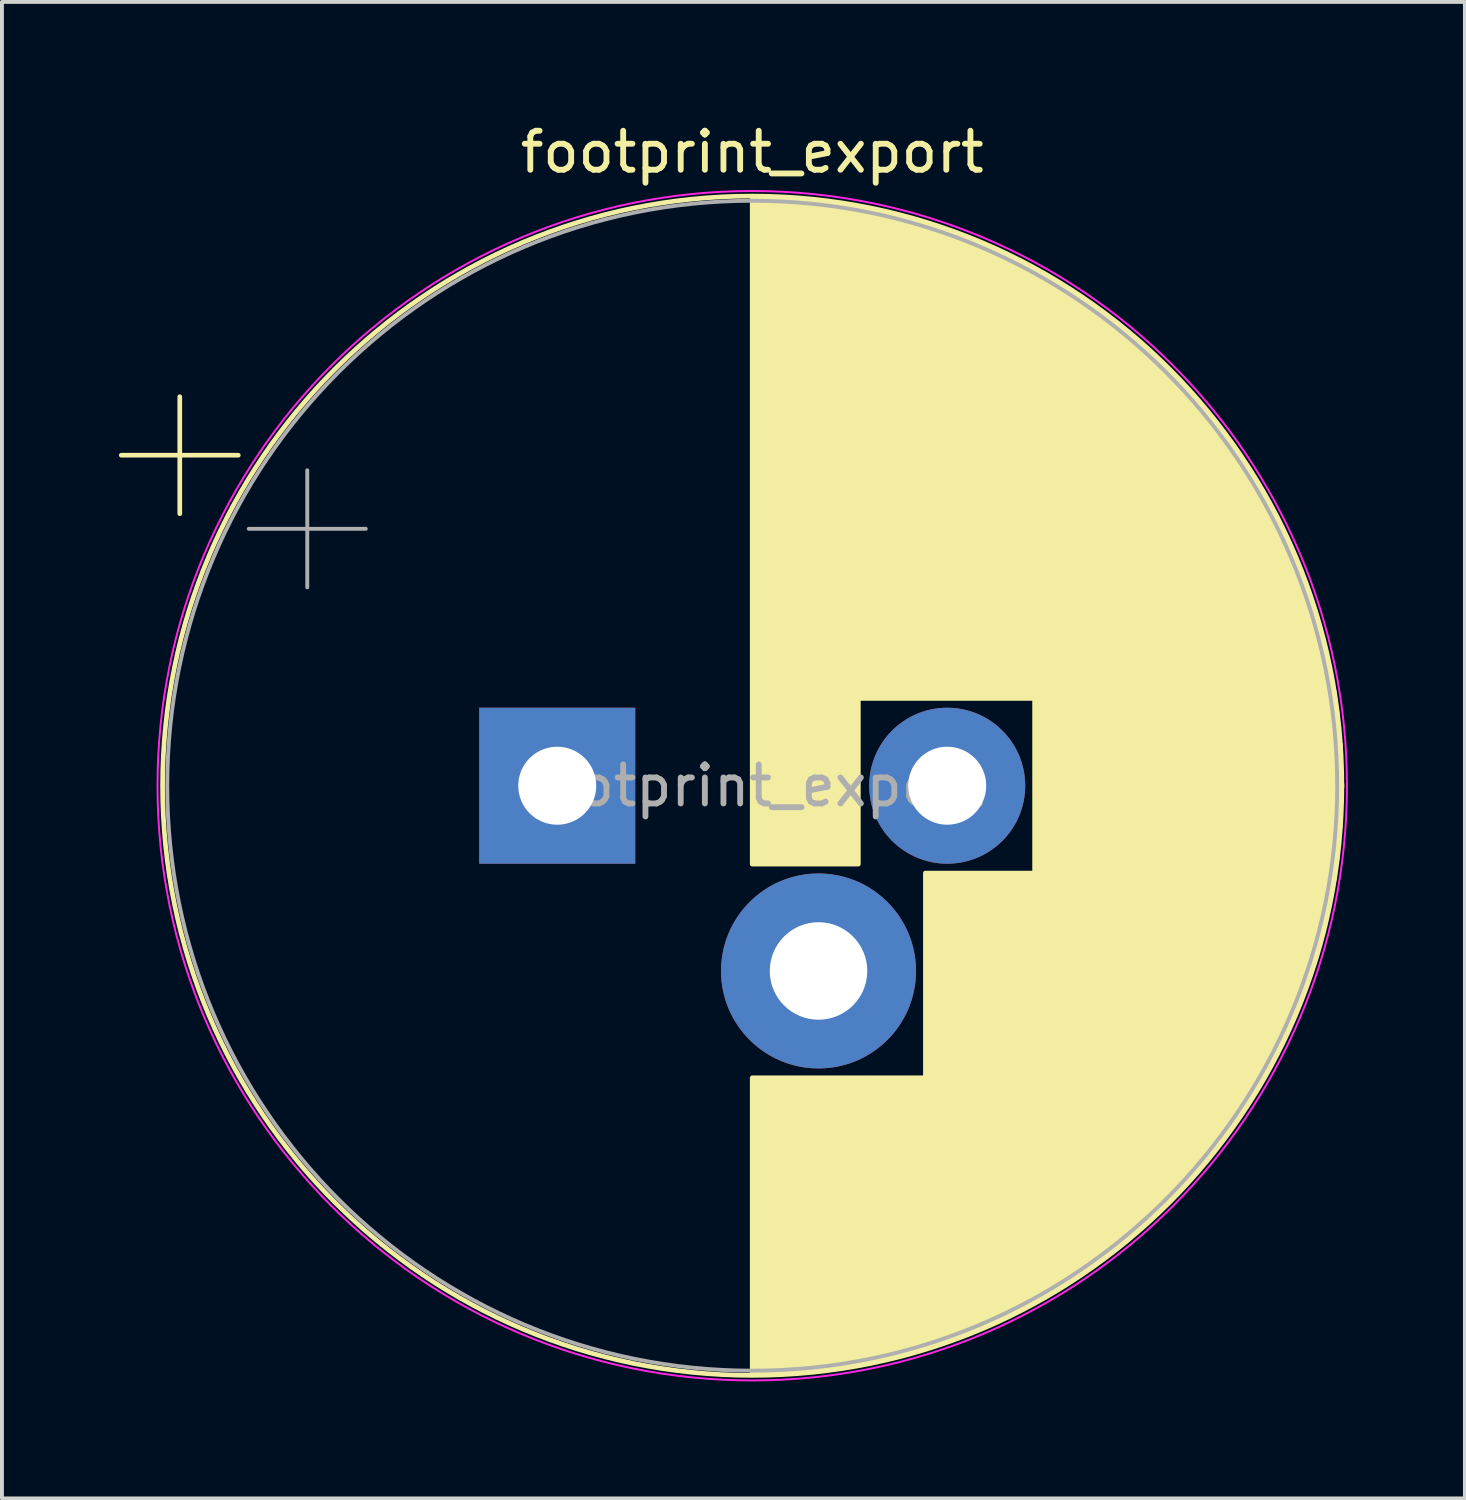
<source format=kicad_pcb>
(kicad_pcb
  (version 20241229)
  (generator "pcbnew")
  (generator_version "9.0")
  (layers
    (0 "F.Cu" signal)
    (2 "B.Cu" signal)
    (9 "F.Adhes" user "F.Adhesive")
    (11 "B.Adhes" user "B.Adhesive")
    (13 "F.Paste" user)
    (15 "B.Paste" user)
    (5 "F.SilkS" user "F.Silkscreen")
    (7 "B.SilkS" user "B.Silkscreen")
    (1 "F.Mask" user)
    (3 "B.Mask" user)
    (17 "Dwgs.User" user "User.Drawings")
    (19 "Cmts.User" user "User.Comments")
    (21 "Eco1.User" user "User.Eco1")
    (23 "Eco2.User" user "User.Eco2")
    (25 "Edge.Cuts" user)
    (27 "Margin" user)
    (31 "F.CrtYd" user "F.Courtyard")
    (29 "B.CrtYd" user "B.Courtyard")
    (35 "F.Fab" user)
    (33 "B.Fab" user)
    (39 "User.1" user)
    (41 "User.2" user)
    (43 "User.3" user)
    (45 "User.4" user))
  (footprint "footprint_export"
    (layer "F.Cu")
    (at 11.239 17.098)
    (property "Reference" "footprint_export" (at 5 -16.25 0) (layer "F.SilkS") (effects (font (size 1 1) (thickness 0.15))))
    (attr through_hole)
    (fp_line (start -11.179 -8.475) (end -8.179 -8.475) (stroke (width 0.12) (type solid)) (layer "F.SilkS"))
    (fp_line (start -9.679 -9.975) (end -9.679 -6.975) (stroke (width 0.12) (type solid)) (layer "F.SilkS"))
    (fp_line (start 5 -15.081) (end 5 2.01) (stroke (width 0.12) (type solid)) (layer "F.SilkS"))
    (fp_line (start 5 7.49) (end 5 15.081) (stroke (width 0.12) (type solid)) (layer "F.SilkS"))
    (fp_line (start 5.04 -15.08) (end 5.04 2.01) (stroke (width 0.12) (type solid)) (layer "F.SilkS"))
    (fp_line (start 5.04 7.49) (end 5.04 15.08) (stroke (width 0.12) (type solid)) (layer "F.SilkS"))
    (fp_line (start 5.08 -15.08) (end 5.08 2.01) (stroke (width 0.12) (type solid)) (layer "F.SilkS"))
    (fp_line (start 5.08 7.49) (end 5.08 15.08) (stroke (width 0.12) (type solid)) (layer "F.SilkS"))
    (fp_line (start 5.12 -15.08) (end 5.12 2.01) (stroke (width 0.12) (type solid)) (layer "F.SilkS"))
    (fp_line (start 5.12 7.49) (end 5.12 15.08) (stroke (width 0.12) (type solid)) (layer "F.SilkS"))
    (fp_line (start 5.16 -15.08) (end 5.16 2.01) (stroke (width 0.12) (type solid)) (layer "F.SilkS"))
    (fp_line (start 5.16 7.49) (end 5.16 15.08) (stroke (width 0.12) (type solid)) (layer "F.SilkS"))
    (fp_line (start 5.2 -15.079) (end 5.2 2.01) (stroke (width 0.12) (type solid)) (layer "F.SilkS"))
    (fp_line (start 5.2 7.49) (end 5.2 15.079) (stroke (width 0.12) (type solid)) (layer "F.SilkS"))
    (fp_line (start 5.24 -15.079) (end 5.24 2.01) (stroke (width 0.12) (type solid)) (layer "F.SilkS"))
    (fp_line (start 5.24 7.49) (end 5.24 15.079) (stroke (width 0.12) (type solid)) (layer "F.SilkS"))
    (fp_line (start 5.28 -15.078) (end 5.28 2.01) (stroke (width 0.12) (type solid)) (layer "F.SilkS"))
    (fp_line (start 5.28 7.49) (end 5.28 15.078) (stroke (width 0.12) (type solid)) (layer "F.SilkS"))
    (fp_line (start 5.32 -15.077) (end 5.32 2.01) (stroke (width 0.12) (type solid)) (layer "F.SilkS"))
    (fp_line (start 5.32 7.49) (end 5.32 15.077) (stroke (width 0.12) (type solid)) (layer "F.SilkS"))
    (fp_line (start 5.36 -15.076) (end 5.36 2.01) (stroke (width 0.12) (type solid)) (layer "F.SilkS"))
    (fp_line (start 5.36 7.49) (end 5.36 15.076) (stroke (width 0.12) (type solid)) (layer "F.SilkS"))
    (fp_line (start 5.4 -15.075) (end 5.4 2.01) (stroke (width 0.12) (type solid)) (layer "F.SilkS"))
    (fp_line (start 5.4 7.49) (end 5.4 15.075) (stroke (width 0.12) (type solid)) (layer "F.SilkS"))
    (fp_line (start 5.44 -15.074) (end 5.44 2.01) (stroke (width 0.12) (type solid)) (layer "F.SilkS"))
    (fp_line (start 5.44 7.49) (end 5.44 15.074) (stroke (width 0.12) (type solid)) (layer "F.SilkS"))
    (fp_line (start 5.48 -15.073) (end 5.48 2.01) (stroke (width 0.12) (type solid)) (layer "F.SilkS"))
    (fp_line (start 5.48 7.49) (end 5.48 15.073) (stroke (width 0.12) (type solid)) (layer "F.SilkS"))
    (fp_line (start 5.52 -15.072) (end 5.52 2.01) (stroke (width 0.12) (type solid)) (layer "F.SilkS"))
    (fp_line (start 5.52 7.49) (end 5.52 15.072) (stroke (width 0.12) (type solid)) (layer "F.SilkS"))
    (fp_line (start 5.56 -15.07) (end 5.56 2.01) (stroke (width 0.12) (type solid)) (layer "F.SilkS"))
    (fp_line (start 5.56 7.49) (end 5.56 15.07) (stroke (width 0.12) (type solid)) (layer "F.SilkS"))
    (fp_line (start 5.6 -15.069) (end 5.6 2.01) (stroke (width 0.12) (type solid)) (layer "F.SilkS"))
    (fp_line (start 5.6 7.49) (end 5.6 15.069) (stroke (width 0.12) (type solid)) (layer "F.SilkS"))
    (fp_line (start 5.64 -15.067) (end 5.64 2.01) (stroke (width 0.12) (type solid)) (layer "F.SilkS"))
    (fp_line (start 5.64 7.49) (end 5.64 15.067) (stroke (width 0.12) (type solid)) (layer "F.SilkS"))
    (fp_line (start 5.68 -15.065) (end 5.68 2.01) (stroke (width 0.12) (type solid)) (layer "F.SilkS"))
    (fp_line (start 5.68 7.49) (end 5.68 15.065) (stroke (width 0.12) (type solid)) (layer "F.SilkS"))
    (fp_line (start 5.721 -15.063) (end 5.721 2.01) (stroke (width 0.12) (type solid)) (layer "F.SilkS"))
    (fp_line (start 5.721 7.49) (end 5.721 15.063) (stroke (width 0.12) (type solid)) (layer "F.SilkS"))
    (fp_line (start 5.761 -15.061) (end 5.761 2.01) (stroke (width 0.12) (type solid)) (layer "F.SilkS"))
    (fp_line (start 5.761 7.49) (end 5.761 15.061) (stroke (width 0.12) (type solid)) (layer "F.SilkS"))
    (fp_line (start 5.801 -15.059) (end 5.801 2.01) (stroke (width 0.12) (type solid)) (layer "F.SilkS"))
    (fp_line (start 5.801 7.49) (end 5.801 15.059) (stroke (width 0.12) (type solid)) (layer "F.SilkS"))
    (fp_line (start 5.841 -15.057) (end 5.841 2.01) (stroke (width 0.12) (type solid)) (layer "F.SilkS"))
    (fp_line (start 5.841 7.49) (end 5.841 15.057) (stroke (width 0.12) (type solid)) (layer "F.SilkS"))
    (fp_line (start 5.881 -15.055) (end 5.881 2.01) (stroke (width 0.12) (type solid)) (layer "F.SilkS"))
    (fp_line (start 5.881 7.49) (end 5.881 15.055) (stroke (width 0.12) (type solid)) (layer "F.SilkS"))
    (fp_line (start 5.921 -15.052) (end 5.921 2.01) (stroke (width 0.12) (type solid)) (layer "F.SilkS"))
    (fp_line (start 5.921 7.49) (end 5.921 15.052) (stroke (width 0.12) (type solid)) (layer "F.SilkS"))
    (fp_line (start 5.961 -15.05) (end 5.961 2.01) (stroke (width 0.12) (type solid)) (layer "F.SilkS"))
    (fp_line (start 5.961 7.49) (end 5.961 15.05) (stroke (width 0.12) (type solid)) (layer "F.SilkS"))
    (fp_line (start 6.001 -15.047) (end 6.001 2.01) (stroke (width 0.12) (type solid)) (layer "F.SilkS"))
    (fp_line (start 6.001 7.49) (end 6.001 15.047) (stroke (width 0.12) (type solid)) (layer "F.SilkS"))
    (fp_line (start 6.041 -15.045) (end 6.041 2.01) (stroke (width 0.12) (type solid)) (layer "F.SilkS"))
    (fp_line (start 6.041 7.49) (end 6.041 15.045) (stroke (width 0.12) (type solid)) (layer "F.SilkS"))
    (fp_line (start 6.081 -15.042) (end 6.081 2.01) (stroke (width 0.12) (type solid)) (layer "F.SilkS"))
    (fp_line (start 6.081 7.49) (end 6.081 15.042) (stroke (width 0.12) (type solid)) (layer "F.SilkS"))
    (fp_line (start 6.121 -15.039) (end 6.121 2.01) (stroke (width 0.12) (type solid)) (layer "F.SilkS"))
    (fp_line (start 6.121 7.49) (end 6.121 15.039) (stroke (width 0.12) (type solid)) (layer "F.SilkS"))
    (fp_line (start 6.161 -15.036) (end 6.161 2.01) (stroke (width 0.12) (type solid)) (layer "F.SilkS"))
    (fp_line (start 6.161 7.49) (end 6.161 15.036) (stroke (width 0.12) (type solid)) (layer "F.SilkS"))
    (fp_line (start 6.201 -15.033) (end 6.201 2.01) (stroke (width 0.12) (type solid)) (layer "F.SilkS"))
    (fp_line (start 6.201 7.49) (end 6.201 15.033) (stroke (width 0.12) (type solid)) (layer "F.SilkS"))
    (fp_line (start 6.241 -15.03) (end 6.241 2.01) (stroke (width 0.12) (type solid)) (layer "F.SilkS"))
    (fp_line (start 6.241 7.49) (end 6.241 15.03) (stroke (width 0.12) (type solid)) (layer "F.SilkS"))
    (fp_line (start 6.281 -15.026) (end 6.281 2.01) (stroke (width 0.12) (type solid)) (layer "F.SilkS"))
    (fp_line (start 6.281 7.49) (end 6.281 15.026) (stroke (width 0.12) (type solid)) (layer "F.SilkS"))
    (fp_line (start 6.321 -15.023) (end 6.321 2.01) (stroke (width 0.12) (type solid)) (layer "F.SilkS"))
    (fp_line (start 6.321 7.49) (end 6.321 15.023) (stroke (width 0.12) (type solid)) (layer "F.SilkS"))
    (fp_line (start 6.361 -15.019) (end 6.361 2.01) (stroke (width 0.12) (type solid)) (layer "F.SilkS"))
    (fp_line (start 6.361 7.49) (end 6.361 15.019) (stroke (width 0.12) (type solid)) (layer "F.SilkS"))
    (fp_line (start 6.401 -15.016) (end 6.401 2.01) (stroke (width 0.12) (type solid)) (layer "F.SilkS"))
    (fp_line (start 6.401 7.49) (end 6.401 15.016) (stroke (width 0.12) (type solid)) (layer "F.SilkS"))
    (fp_line (start 6.441 -15.012) (end 6.441 2.01) (stroke (width 0.12) (type solid)) (layer "F.SilkS"))
    (fp_line (start 6.441 7.49) (end 6.441 15.012) (stroke (width 0.12) (type solid)) (layer "F.SilkS"))
    (fp_line (start 6.481 -15.008) (end 6.481 2.01) (stroke (width 0.12) (type solid)) (layer "F.SilkS"))
    (fp_line (start 6.481 7.49) (end 6.481 15.008) (stroke (width 0.12) (type solid)) (layer "F.SilkS"))
    (fp_line (start 6.521 -15.004) (end 6.521 2.01) (stroke (width 0.12) (type solid)) (layer "F.SilkS"))
    (fp_line (start 6.521 7.49) (end 6.521 15.004) (stroke (width 0.12) (type solid)) (layer "F.SilkS"))
    (fp_line (start 6.561 -15) (end 6.561 2.01) (stroke (width 0.12) (type solid)) (layer "F.SilkS"))
    (fp_line (start 6.561 7.49) (end 6.561 15) (stroke (width 0.12) (type solid)) (layer "F.SilkS"))
    (fp_line (start 6.601 -14.996) (end 6.601 2.01) (stroke (width 0.12) (type solid)) (layer "F.SilkS"))
    (fp_line (start 6.601 7.49) (end 6.601 14.996) (stroke (width 0.12) (type solid)) (layer "F.SilkS"))
    (fp_line (start 6.641 -14.991) (end 6.641 2.01) (stroke (width 0.12) (type solid)) (layer "F.SilkS"))
    (fp_line (start 6.641 7.49) (end 6.641 14.991) (stroke (width 0.12) (type solid)) (layer "F.SilkS"))
    (fp_line (start 6.681 -14.987) (end 6.681 2.01) (stroke (width 0.12) (type solid)) (layer "F.SilkS"))
    (fp_line (start 6.681 7.49) (end 6.681 14.987) (stroke (width 0.12) (type solid)) (layer "F.SilkS"))
    (fp_line (start 6.721 -14.982) (end 6.721 2.01) (stroke (width 0.12) (type solid)) (layer "F.SilkS"))
    (fp_line (start 6.721 7.49) (end 6.721 14.982) (stroke (width 0.12) (type solid)) (layer "F.SilkS"))
    (fp_line (start 6.761 -14.978) (end 6.761 2.01) (stroke (width 0.12) (type solid)) (layer "F.SilkS"))
    (fp_line (start 6.761 7.49) (end 6.761 14.978) (stroke (width 0.12) (type solid)) (layer "F.SilkS"))
    (fp_line (start 6.801 -14.973) (end 6.801 2.01) (stroke (width 0.12) (type solid)) (layer "F.SilkS"))
    (fp_line (start 6.801 7.49) (end 6.801 14.973) (stroke (width 0.12) (type solid)) (layer "F.SilkS"))
    (fp_line (start 6.841 -14.968) (end 6.841 2.01) (stroke (width 0.12) (type solid)) (layer "F.SilkS"))
    (fp_line (start 6.841 7.49) (end 6.841 14.968) (stroke (width 0.12) (type solid)) (layer "F.SilkS"))
    (fp_line (start 6.881 -14.963) (end 6.881 2.01) (stroke (width 0.12) (type solid)) (layer "F.SilkS"))
    (fp_line (start 6.881 7.49) (end 6.881 14.963) (stroke (width 0.12) (type solid)) (layer "F.SilkS"))
    (fp_line (start 6.921 -14.958) (end 6.921 2.01) (stroke (width 0.12) (type solid)) (layer "F.SilkS"))
    (fp_line (start 6.921 7.49) (end 6.921 14.958) (stroke (width 0.12) (type solid)) (layer "F.SilkS"))
    (fp_line (start 6.961 -14.953) (end 6.961 2.01) (stroke (width 0.12) (type solid)) (layer "F.SilkS"))
    (fp_line (start 6.961 7.49) (end 6.961 14.953) (stroke (width 0.12) (type solid)) (layer "F.SilkS"))
    (fp_line (start 7.001 -14.948) (end 7.001 2.01) (stroke (width 0.12) (type solid)) (layer "F.SilkS"))
    (fp_line (start 7.001 7.49) (end 7.001 14.948) (stroke (width 0.12) (type solid)) (layer "F.SilkS"))
    (fp_line (start 7.041 -14.942) (end 7.041 2.01) (stroke (width 0.12) (type solid)) (layer "F.SilkS"))
    (fp_line (start 7.041 7.49) (end 7.041 14.942) (stroke (width 0.12) (type solid)) (layer "F.SilkS"))
    (fp_line (start 7.081 -14.937) (end 7.081 2.01) (stroke (width 0.12) (type solid)) (layer "F.SilkS"))
    (fp_line (start 7.081 7.49) (end 7.081 14.937) (stroke (width 0.12) (type solid)) (layer "F.SilkS"))
    (fp_line (start 7.121 -14.931) (end 7.121 2.01) (stroke (width 0.12) (type solid)) (layer "F.SilkS"))
    (fp_line (start 7.121 7.49) (end 7.121 14.931) (stroke (width 0.12) (type solid)) (layer "F.SilkS"))
    (fp_line (start 7.161 -14.925) (end 7.161 2.01) (stroke (width 0.12) (type solid)) (layer "F.SilkS"))
    (fp_line (start 7.161 7.49) (end 7.161 14.925) (stroke (width 0.12) (type solid)) (layer "F.SilkS"))
    (fp_line (start 7.201 -14.92) (end 7.201 2.01) (stroke (width 0.12) (type solid)) (layer "F.SilkS"))
    (fp_line (start 7.201 7.49) (end 7.201 14.92) (stroke (width 0.12) (type solid)) (layer "F.SilkS"))
    (fp_line (start 7.241 -14.914) (end 7.241 2.01) (stroke (width 0.12) (type solid)) (layer "F.SilkS"))
    (fp_line (start 7.241 7.49) (end 7.241 14.914) (stroke (width 0.12) (type solid)) (layer "F.SilkS"))
    (fp_line (start 7.281 -14.908) (end 7.281 2.01) (stroke (width 0.12) (type solid)) (layer "F.SilkS"))
    (fp_line (start 7.281 7.49) (end 7.281 14.908) (stroke (width 0.12) (type solid)) (layer "F.SilkS"))
    (fp_line (start 7.321 -14.901) (end 7.321 2.01) (stroke (width 0.12) (type solid)) (layer "F.SilkS"))
    (fp_line (start 7.321 7.49) (end 7.321 14.901) (stroke (width 0.12) (type solid)) (layer "F.SilkS"))
    (fp_line (start 7.361 -14.895) (end 7.361 2.01) (stroke (width 0.12) (type solid)) (layer "F.SilkS"))
    (fp_line (start 7.361 7.49) (end 7.361 14.895) (stroke (width 0.12) (type solid)) (layer "F.SilkS"))
    (fp_line (start 7.401 -14.889) (end 7.401 2.01) (stroke (width 0.12) (type solid)) (layer "F.SilkS"))
    (fp_line (start 7.401 7.49) (end 7.401 14.889) (stroke (width 0.12) (type solid)) (layer "F.SilkS"))
    (fp_line (start 7.441 -14.882) (end 7.441 2.01) (stroke (width 0.12) (type solid)) (layer "F.SilkS"))
    (fp_line (start 7.441 7.49) (end 7.441 14.882) (stroke (width 0.12) (type solid)) (layer "F.SilkS"))
    (fp_line (start 7.481 -14.876) (end 7.481 2.01) (stroke (width 0.12) (type solid)) (layer "F.SilkS"))
    (fp_line (start 7.481 7.49) (end 7.481 14.876) (stroke (width 0.12) (type solid)) (layer "F.SilkS"))
    (fp_line (start 7.521 -14.869) (end 7.521 2.01) (stroke (width 0.12) (type solid)) (layer "F.SilkS"))
    (fp_line (start 7.521 7.49) (end 7.521 14.869) (stroke (width 0.12) (type solid)) (layer "F.SilkS"))
    (fp_line (start 7.561 -14.862) (end 7.561 2.01) (stroke (width 0.12) (type solid)) (layer "F.SilkS"))
    (fp_line (start 7.561 7.49) (end 7.561 14.862) (stroke (width 0.12) (type solid)) (layer "F.SilkS"))
    (fp_line (start 7.601 -14.855) (end 7.601 2.01) (stroke (width 0.12) (type solid)) (layer "F.SilkS"))
    (fp_line (start 7.601 7.49) (end 7.601 14.855) (stroke (width 0.12) (type solid)) (layer "F.SilkS"))
    (fp_line (start 7.641 -14.848) (end 7.641 2.01) (stroke (width 0.12) (type solid)) (layer "F.SilkS"))
    (fp_line (start 7.641 7.49) (end 7.641 14.848) (stroke (width 0.12) (type solid)) (layer "F.SilkS"))
    (fp_line (start 7.681 -14.841) (end 7.681 2.01) (stroke (width 0.12) (type solid)) (layer "F.SilkS"))
    (fp_line (start 7.681 7.49) (end 7.681 14.841) (stroke (width 0.12) (type solid)) (layer "F.SilkS"))
    (fp_line (start 7.721 -14.834) (end 7.721 2.01) (stroke (width 0.12) (type solid)) (layer "F.SilkS"))
    (fp_line (start 7.721 7.49) (end 7.721 14.834) (stroke (width 0.12) (type solid)) (layer "F.SilkS"))
    (fp_line (start 7.761 -14.826) (end 7.761 -2.24) (stroke (width 0.12) (type solid)) (layer "F.SilkS"))
    (fp_line (start 7.761 7.49) (end 7.761 14.826) (stroke (width 0.12) (type solid)) (layer "F.SilkS"))
    (fp_line (start 7.801 -14.819) (end 7.801 -2.24) (stroke (width 0.12) (type solid)) (layer "F.SilkS"))
    (fp_line (start 7.801 7.49) (end 7.801 14.819) (stroke (width 0.12) (type solid)) (layer "F.SilkS"))
    (fp_line (start 7.841 -14.811) (end 7.841 -2.24) (stroke (width 0.12) (type solid)) (layer "F.SilkS"))
    (fp_line (start 7.841 7.49) (end 7.841 14.811) (stroke (width 0.12) (type solid)) (layer "F.SilkS"))
    (fp_line (start 7.881 -14.804) (end 7.881 -2.24) (stroke (width 0.12) (type solid)) (layer "F.SilkS"))
    (fp_line (start 7.881 7.49) (end 7.881 14.804) (stroke (width 0.12) (type solid)) (layer "F.SilkS"))
    (fp_line (start 7.921 -14.796) (end 7.921 -2.24) (stroke (width 0.12) (type solid)) (layer "F.SilkS"))
    (fp_line (start 7.921 7.49) (end 7.921 14.796) (stroke (width 0.12) (type solid)) (layer "F.SilkS"))
    (fp_line (start 7.961 -14.788) (end 7.961 -2.24) (stroke (width 0.12) (type solid)) (layer "F.SilkS"))
    (fp_line (start 7.961 7.49) (end 7.961 14.788) (stroke (width 0.12) (type solid)) (layer "F.SilkS"))
    (fp_line (start 8.001 -14.78) (end 8.001 -2.24) (stroke (width 0.12) (type solid)) (layer "F.SilkS"))
    (fp_line (start 8.001 7.49) (end 8.001 14.78) (stroke (width 0.12) (type solid)) (layer "F.SilkS"))
    (fp_line (start 8.041 -14.772) (end 8.041 -2.24) (stroke (width 0.12) (type solid)) (layer "F.SilkS"))
    (fp_line (start 8.041 7.49) (end 8.041 14.772) (stroke (width 0.12) (type solid)) (layer "F.SilkS"))
    (fp_line (start 8.081 -14.763) (end 8.081 -2.24) (stroke (width 0.12) (type solid)) (layer "F.SilkS"))
    (fp_line (start 8.081 7.49) (end 8.081 14.763) (stroke (width 0.12) (type solid)) (layer "F.SilkS"))
    (fp_line (start 8.121 -14.755) (end 8.121 -2.24) (stroke (width 0.12) (type solid)) (layer "F.SilkS"))
    (fp_line (start 8.121 7.49) (end 8.121 14.755) (stroke (width 0.12) (type solid)) (layer "F.SilkS"))
    (fp_line (start 8.161 -14.747) (end 8.161 -2.24) (stroke (width 0.12) (type solid)) (layer "F.SilkS"))
    (fp_line (start 8.161 7.49) (end 8.161 14.747) (stroke (width 0.12) (type solid)) (layer "F.SilkS"))
    (fp_line (start 8.201 -14.738) (end 8.201 -2.24) (stroke (width 0.12) (type solid)) (layer "F.SilkS"))
    (fp_line (start 8.201 7.49) (end 8.201 14.738) (stroke (width 0.12) (type solid)) (layer "F.SilkS"))
    (fp_line (start 8.241 -14.729) (end 8.241 -2.24) (stroke (width 0.12) (type solid)) (layer "F.SilkS"))
    (fp_line (start 8.241 7.49) (end 8.241 14.729) (stroke (width 0.12) (type solid)) (layer "F.SilkS"))
    (fp_line (start 8.281 -14.72) (end 8.281 -2.24) (stroke (width 0.12) (type solid)) (layer "F.SilkS"))
    (fp_line (start 8.281 7.49) (end 8.281 14.72) (stroke (width 0.12) (type solid)) (layer "F.SilkS"))
    (fp_line (start 8.321 -14.711) (end 8.321 -2.24) (stroke (width 0.12) (type solid)) (layer "F.SilkS"))
    (fp_line (start 8.321 7.49) (end 8.321 14.711) (stroke (width 0.12) (type solid)) (layer "F.SilkS"))
    (fp_line (start 8.361 -14.702) (end 8.361 -2.24) (stroke (width 0.12) (type solid)) (layer "F.SilkS"))
    (fp_line (start 8.361 7.49) (end 8.361 14.702) (stroke (width 0.12) (type solid)) (layer "F.SilkS"))
    (fp_line (start 8.401 -14.693) (end 8.401 -2.24) (stroke (width 0.12) (type solid)) (layer "F.SilkS"))
    (fp_line (start 8.401 7.49) (end 8.401 14.693) (stroke (width 0.12) (type solid)) (layer "F.SilkS"))
    (fp_line (start 8.441 -14.684) (end 8.441 -2.24) (stroke (width 0.12) (type solid)) (layer "F.SilkS"))
    (fp_line (start 8.441 7.49) (end 8.441 14.684) (stroke (width 0.12) (type solid)) (layer "F.SilkS"))
    (fp_line (start 8.481 -14.675) (end 8.481 -2.24) (stroke (width 0.12) (type solid)) (layer "F.SilkS"))
    (fp_line (start 8.481 7.49) (end 8.481 14.675) (stroke (width 0.12) (type solid)) (layer "F.SilkS"))
    (fp_line (start 8.521 -14.665) (end 8.521 -2.24) (stroke (width 0.12) (type solid)) (layer "F.SilkS"))
    (fp_line (start 8.521 7.49) (end 8.521 14.665) (stroke (width 0.12) (type solid)) (layer "F.SilkS"))
    (fp_line (start 8.561 -14.655) (end 8.561 -2.24) (stroke (width 0.12) (type solid)) (layer "F.SilkS"))
    (fp_line (start 8.561 7.49) (end 8.561 14.655) (stroke (width 0.12) (type solid)) (layer "F.SilkS"))
    (fp_line (start 8.601 -14.646) (end 8.601 -2.24) (stroke (width 0.12) (type solid)) (layer "F.SilkS"))
    (fp_line (start 8.601 7.49) (end 8.601 14.646) (stroke (width 0.12) (type solid)) (layer "F.SilkS"))
    (fp_line (start 8.641 -14.636) (end 8.641 -2.24) (stroke (width 0.12) (type solid)) (layer "F.SilkS"))
    (fp_line (start 8.641 7.49) (end 8.641 14.636) (stroke (width 0.12) (type solid)) (layer "F.SilkS"))
    (fp_line (start 8.681 -14.626) (end 8.681 -2.24) (stroke (width 0.12) (type solid)) (layer "F.SilkS"))
    (fp_line (start 8.681 7.49) (end 8.681 14.626) (stroke (width 0.12) (type solid)) (layer "F.SilkS"))
    (fp_line (start 8.721 -14.616) (end 8.721 -2.24) (stroke (width 0.12) (type solid)) (layer "F.SilkS"))
    (fp_line (start 8.721 7.49) (end 8.721 14.616) (stroke (width 0.12) (type solid)) (layer "F.SilkS"))
    (fp_line (start 8.761 -14.606) (end 8.761 -2.24) (stroke (width 0.12) (type solid)) (layer "F.SilkS"))
    (fp_line (start 8.761 7.49) (end 8.761 14.606) (stroke (width 0.12) (type solid)) (layer "F.SilkS"))
    (fp_line (start 8.801 -14.595) (end 8.801 -2.24) (stroke (width 0.12) (type solid)) (layer "F.SilkS"))
    (fp_line (start 8.801 7.49) (end 8.801 14.595) (stroke (width 0.12) (type solid)) (layer "F.SilkS"))
    (fp_line (start 8.841 -14.585) (end 8.841 -2.24) (stroke (width 0.12) (type solid)) (layer "F.SilkS"))
    (fp_line (start 8.841 7.49) (end 8.841 14.585) (stroke (width 0.12) (type solid)) (layer "F.SilkS"))
    (fp_line (start 8.881 -14.574) (end 8.881 -2.24) (stroke (width 0.12) (type solid)) (layer "F.SilkS"))
    (fp_line (start 8.881 7.49) (end 8.881 14.574) (stroke (width 0.12) (type solid)) (layer "F.SilkS"))
    (fp_line (start 8.921 -14.564) (end 8.921 -2.24) (stroke (width 0.12) (type solid)) (layer "F.SilkS"))
    (fp_line (start 8.921 7.49) (end 8.921 14.564) (stroke (width 0.12) (type solid)) (layer "F.SilkS"))
    (fp_line (start 8.961 -14.553) (end 8.961 -2.24) (stroke (width 0.12) (type solid)) (layer "F.SilkS"))
    (fp_line (start 8.961 7.49) (end 8.961 14.553) (stroke (width 0.12) (type solid)) (layer "F.SilkS"))
    (fp_line (start 9.001 -14.542) (end 9.001 -2.24) (stroke (width 0.12) (type solid)) (layer "F.SilkS"))
    (fp_line (start 9.001 7.49) (end 9.001 14.542) (stroke (width 0.12) (type solid)) (layer "F.SilkS"))
    (fp_line (start 9.041 -14.531) (end 9.041 -2.24) (stroke (width 0.12) (type solid)) (layer "F.SilkS"))
    (fp_line (start 9.041 7.49) (end 9.041 14.531) (stroke (width 0.12) (type solid)) (layer "F.SilkS"))
    (fp_line (start 9.081 -14.52) (end 9.081 -2.24) (stroke (width 0.12) (type solid)) (layer "F.SilkS"))
    (fp_line (start 9.081 7.49) (end 9.081 14.52) (stroke (width 0.12) (type solid)) (layer "F.SilkS"))
    (fp_line (start 9.121 -14.508) (end 9.121 -2.24) (stroke (width 0.12) (type solid)) (layer "F.SilkS"))
    (fp_line (start 9.121 7.49) (end 9.121 14.508) (stroke (width 0.12) (type solid)) (layer "F.SilkS"))
    (fp_line (start 9.161 -14.497) (end 9.161 -2.24) (stroke (width 0.12) (type solid)) (layer "F.SilkS"))
    (fp_line (start 9.161 7.49) (end 9.161 14.497) (stroke (width 0.12) (type solid)) (layer "F.SilkS"))
    (fp_line (start 9.201 -14.485) (end 9.201 -2.24) (stroke (width 0.12) (type solid)) (layer "F.SilkS"))
    (fp_line (start 9.201 7.49) (end 9.201 14.485) (stroke (width 0.12) (type solid)) (layer "F.SilkS"))
    (fp_line (start 9.241 -14.474) (end 9.241 -2.24) (stroke (width 0.12) (type solid)) (layer "F.SilkS"))
    (fp_line (start 9.241 7.49) (end 9.241 14.474) (stroke (width 0.12) (type solid)) (layer "F.SilkS"))
    (fp_line (start 9.281 -14.462) (end 9.281 -2.24) (stroke (width 0.12) (type solid)) (layer "F.SilkS"))
    (fp_line (start 9.281 7.49) (end 9.281 14.462) (stroke (width 0.12) (type solid)) (layer "F.SilkS"))
    (fp_line (start 9.321 -14.45) (end 9.321 -2.24) (stroke (width 0.12) (type solid)) (layer "F.SilkS"))
    (fp_line (start 9.321 7.49) (end 9.321 14.45) (stroke (width 0.12) (type solid)) (layer "F.SilkS"))
    (fp_line (start 9.361 -14.438) (end 9.361 -2.24) (stroke (width 0.12) (type solid)) (layer "F.SilkS"))
    (fp_line (start 9.361 7.49) (end 9.361 14.438) (stroke (width 0.12) (type solid)) (layer "F.SilkS"))
    (fp_line (start 9.401 -14.426) (end 9.401 -2.24) (stroke (width 0.12) (type solid)) (layer "F.SilkS"))
    (fp_line (start 9.401 7.49) (end 9.401 14.426) (stroke (width 0.12) (type solid)) (layer "F.SilkS"))
    (fp_line (start 9.441 -14.414) (end 9.441 -2.24) (stroke (width 0.12) (type solid)) (layer "F.SilkS"))
    (fp_line (start 9.441 2.24) (end 9.441 14.414) (stroke (width 0.12) (type solid)) (layer "F.SilkS"))
    (fp_line (start 9.481 -14.402) (end 9.481 -2.24) (stroke (width 0.12) (type solid)) (layer "F.SilkS"))
    (fp_line (start 9.481 2.24) (end 9.481 14.402) (stroke (width 0.12) (type solid)) (layer "F.SilkS"))
    (fp_line (start 9.521 -14.389) (end 9.521 -2.24) (stroke (width 0.12) (type solid)) (layer "F.SilkS"))
    (fp_line (start 9.521 2.24) (end 9.521 14.389) (stroke (width 0.12) (type solid)) (layer "F.SilkS"))
    (fp_line (start 9.561 -14.376) (end 9.561 -2.24) (stroke (width 0.12) (type solid)) (layer "F.SilkS"))
    (fp_line (start 9.561 2.24) (end 9.561 14.376) (stroke (width 0.12) (type solid)) (layer "F.SilkS"))
    (fp_line (start 9.601 -14.364) (end 9.601 -2.24) (stroke (width 0.12) (type solid)) (layer "F.SilkS"))
    (fp_line (start 9.601 2.24) (end 9.601 14.364) (stroke (width 0.12) (type solid)) (layer "F.SilkS"))
    (fp_line (start 9.641 -14.351) (end 9.641 -2.24) (stroke (width 0.12) (type solid)) (layer "F.SilkS"))
    (fp_line (start 9.641 2.24) (end 9.641 14.351) (stroke (width 0.12) (type solid)) (layer "F.SilkS"))
    (fp_line (start 9.681 -14.338) (end 9.681 -2.24) (stroke (width 0.12) (type solid)) (layer "F.SilkS"))
    (fp_line (start 9.681 2.24) (end 9.681 14.338) (stroke (width 0.12) (type solid)) (layer "F.SilkS"))
    (fp_line (start 9.721 -14.325) (end 9.721 -2.24) (stroke (width 0.12) (type solid)) (layer "F.SilkS"))
    (fp_line (start 9.721 2.24) (end 9.721 14.325) (stroke (width 0.12) (type solid)) (layer "F.SilkS"))
    (fp_line (start 9.761 -14.312) (end 9.761 -2.24) (stroke (width 0.12) (type solid)) (layer "F.SilkS"))
    (fp_line (start 9.761 2.24) (end 9.761 14.312) (stroke (width 0.12) (type solid)) (layer "F.SilkS"))
    (fp_line (start 9.801 -14.298) (end 9.801 -2.24) (stroke (width 0.12) (type solid)) (layer "F.SilkS"))
    (fp_line (start 9.801 2.24) (end 9.801 14.298) (stroke (width 0.12) (type solid)) (layer "F.SilkS"))
    (fp_line (start 9.841 -14.285) (end 9.841 -2.24) (stroke (width 0.12) (type solid)) (layer "F.SilkS"))
    (fp_line (start 9.841 2.24) (end 9.841 14.285) (stroke (width 0.12) (type solid)) (layer "F.SilkS"))
    (fp_line (start 9.881 -14.271) (end 9.881 -2.24) (stroke (width 0.12) (type solid)) (layer "F.SilkS"))
    (fp_line (start 9.881 2.24) (end 9.881 14.271) (stroke (width 0.12) (type solid)) (layer "F.SilkS"))
    (fp_line (start 9.921 -14.258) (end 9.921 -2.24) (stroke (width 0.12) (type solid)) (layer "F.SilkS"))
    (fp_line (start 9.921 2.24) (end 9.921 14.258) (stroke (width 0.12) (type solid)) (layer "F.SilkS"))
    (fp_line (start 9.961 -14.244) (end 9.961 -2.24) (stroke (width 0.12) (type solid)) (layer "F.SilkS"))
    (fp_line (start 9.961 2.24) (end 9.961 14.244) (stroke (width 0.12) (type solid)) (layer "F.SilkS"))
    (fp_line (start 10.001 -14.23) (end 10.001 -2.24) (stroke (width 0.12) (type solid)) (layer "F.SilkS"))
    (fp_line (start 10.001 2.24) (end 10.001 14.23) (stroke (width 0.12) (type solid)) (layer "F.SilkS"))
    (fp_line (start 10.041 -14.216) (end 10.041 -2.24) (stroke (width 0.12) (type solid)) (layer "F.SilkS"))
    (fp_line (start 10.041 2.24) (end 10.041 14.216) (stroke (width 0.12) (type solid)) (layer "F.SilkS"))
    (fp_line (start 10.081 -14.202) (end 10.081 -2.24) (stroke (width 0.12) (type solid)) (layer "F.SilkS"))
    (fp_line (start 10.081 2.24) (end 10.081 14.202) (stroke (width 0.12) (type solid)) (layer "F.SilkS"))
    (fp_line (start 10.121 -14.187) (end 10.121 -2.24) (stroke (width 0.12) (type solid)) (layer "F.SilkS"))
    (fp_line (start 10.121 2.24) (end 10.121 14.187) (stroke (width 0.12) (type solid)) (layer "F.SilkS"))
    (fp_line (start 10.161 -14.173) (end 10.161 -2.24) (stroke (width 0.12) (type solid)) (layer "F.SilkS"))
    (fp_line (start 10.161 2.24) (end 10.161 14.173) (stroke (width 0.12) (type solid)) (layer "F.SilkS"))
    (fp_line (start 10.201 -14.158) (end 10.201 -2.24) (stroke (width 0.12) (type solid)) (layer "F.SilkS"))
    (fp_line (start 10.201 2.24) (end 10.201 14.158) (stroke (width 0.12) (type solid)) (layer "F.SilkS"))
    (fp_line (start 10.241 -14.143) (end 10.241 -2.24) (stroke (width 0.12) (type solid)) (layer "F.SilkS"))
    (fp_line (start 10.241 2.24) (end 10.241 14.143) (stroke (width 0.12) (type solid)) (layer "F.SilkS"))
    (fp_line (start 10.281 -14.129) (end 10.281 -2.24) (stroke (width 0.12) (type solid)) (layer "F.SilkS"))
    (fp_line (start 10.281 2.24) (end 10.281 14.129) (stroke (width 0.12) (type solid)) (layer "F.SilkS"))
    (fp_line (start 10.321 -14.114) (end 10.321 -2.24) (stroke (width 0.12) (type solid)) (layer "F.SilkS"))
    (fp_line (start 10.321 2.24) (end 10.321 14.114) (stroke (width 0.12) (type solid)) (layer "F.SilkS"))
    (fp_line (start 10.361 -14.099) (end 10.361 -2.24) (stroke (width 0.12) (type solid)) (layer "F.SilkS"))
    (fp_line (start 10.361 2.24) (end 10.361 14.099) (stroke (width 0.12) (type solid)) (layer "F.SilkS"))
    (fp_line (start 10.401 -14.083) (end 10.401 -2.24) (stroke (width 0.12) (type solid)) (layer "F.SilkS"))
    (fp_line (start 10.401 2.24) (end 10.401 14.083) (stroke (width 0.12) (type solid)) (layer "F.SilkS"))
    (fp_line (start 10.441 -14.068) (end 10.441 -2.24) (stroke (width 0.12) (type solid)) (layer "F.SilkS"))
    (fp_line (start 10.441 2.24) (end 10.441 14.068) (stroke (width 0.12) (type solid)) (layer "F.SilkS"))
    (fp_line (start 10.481 -14.052) (end 10.481 -2.24) (stroke (width 0.12) (type solid)) (layer "F.SilkS"))
    (fp_line (start 10.481 2.24) (end 10.481 14.052) (stroke (width 0.12) (type solid)) (layer "F.SilkS"))
    (fp_line (start 10.521 -14.037) (end 10.521 -2.24) (stroke (width 0.12) (type solid)) (layer "F.SilkS"))
    (fp_line (start 10.521 2.24) (end 10.521 14.037) (stroke (width 0.12) (type solid)) (layer "F.SilkS"))
    (fp_line (start 10.561 -14.021) (end 10.561 -2.24) (stroke (width 0.12) (type solid)) (layer "F.SilkS"))
    (fp_line (start 10.561 2.24) (end 10.561 14.021) (stroke (width 0.12) (type solid)) (layer "F.SilkS"))
    (fp_line (start 10.601 -14.005) (end 10.601 -2.24) (stroke (width 0.12) (type solid)) (layer "F.SilkS"))
    (fp_line (start 10.601 2.24) (end 10.601 14.005) (stroke (width 0.12) (type solid)) (layer "F.SilkS"))
    (fp_line (start 10.641 -13.989) (end 10.641 -2.24) (stroke (width 0.12) (type solid)) (layer "F.SilkS"))
    (fp_line (start 10.641 2.24) (end 10.641 13.989) (stroke (width 0.12) (type solid)) (layer "F.SilkS"))
    (fp_line (start 10.681 -13.973) (end 10.681 -2.24) (stroke (width 0.12) (type solid)) (layer "F.SilkS"))
    (fp_line (start 10.681 2.24) (end 10.681 13.973) (stroke (width 0.12) (type solid)) (layer "F.SilkS"))
    (fp_line (start 10.721 -13.957) (end 10.721 -2.24) (stroke (width 0.12) (type solid)) (layer "F.SilkS"))
    (fp_line (start 10.721 2.24) (end 10.721 13.957) (stroke (width 0.12) (type solid)) (layer "F.SilkS"))
    (fp_line (start 10.761 -13.94) (end 10.761 -2.24) (stroke (width 0.12) (type solid)) (layer "F.SilkS"))
    (fp_line (start 10.761 2.24) (end 10.761 13.94) (stroke (width 0.12) (type solid)) (layer "F.SilkS"))
    (fp_line (start 10.801 -13.924) (end 10.801 -2.24) (stroke (width 0.12) (type solid)) (layer "F.SilkS"))
    (fp_line (start 10.801 2.24) (end 10.801 13.924) (stroke (width 0.12) (type solid)) (layer "F.SilkS"))
    (fp_line (start 10.841 -13.907) (end 10.841 -2.24) (stroke (width 0.12) (type solid)) (layer "F.SilkS"))
    (fp_line (start 10.841 2.24) (end 10.841 13.907) (stroke (width 0.12) (type solid)) (layer "F.SilkS"))
    (fp_line (start 10.881 -13.89) (end 10.881 -2.24) (stroke (width 0.12) (type solid)) (layer "F.SilkS"))
    (fp_line (start 10.881 2.24) (end 10.881 13.89) (stroke (width 0.12) (type solid)) (layer "F.SilkS"))
    (fp_line (start 10.921 -13.873) (end 10.921 -2.24) (stroke (width 0.12) (type solid)) (layer "F.SilkS"))
    (fp_line (start 10.921 2.24) (end 10.921 13.873) (stroke (width 0.12) (type solid)) (layer "F.SilkS"))
    (fp_line (start 10.961 -13.856) (end 10.961 -2.24) (stroke (width 0.12) (type solid)) (layer "F.SilkS"))
    (fp_line (start 10.961 2.24) (end 10.961 13.856) (stroke (width 0.12) (type solid)) (layer "F.SilkS"))
    (fp_line (start 11.001 -13.839) (end 11.001 -2.24) (stroke (width 0.12) (type solid)) (layer "F.SilkS"))
    (fp_line (start 11.001 2.24) (end 11.001 13.839) (stroke (width 0.12) (type solid)) (layer "F.SilkS"))
    (fp_line (start 11.041 -13.822) (end 11.041 -2.24) (stroke (width 0.12) (type solid)) (layer "F.SilkS"))
    (fp_line (start 11.041 2.24) (end 11.041 13.822) (stroke (width 0.12) (type solid)) (layer "F.SilkS"))
    (fp_line (start 11.081 -13.804) (end 11.081 -2.24) (stroke (width 0.12) (type solid)) (layer "F.SilkS"))
    (fp_line (start 11.081 2.24) (end 11.081 13.804) (stroke (width 0.12) (type solid)) (layer "F.SilkS"))
    (fp_line (start 11.121 -13.787) (end 11.121 -2.24) (stroke (width 0.12) (type solid)) (layer "F.SilkS"))
    (fp_line (start 11.121 2.24) (end 11.121 13.787) (stroke (width 0.12) (type solid)) (layer "F.SilkS"))
    (fp_line (start 11.161 -13.769) (end 11.161 -2.24) (stroke (width 0.12) (type solid)) (layer "F.SilkS"))
    (fp_line (start 11.161 2.24) (end 11.161 13.769) (stroke (width 0.12) (type solid)) (layer "F.SilkS"))
    (fp_line (start 11.201 -13.751) (end 11.201 -2.24) (stroke (width 0.12) (type solid)) (layer "F.SilkS"))
    (fp_line (start 11.201 2.24) (end 11.201 13.751) (stroke (width 0.12) (type solid)) (layer "F.SilkS"))
    (fp_line (start 11.241 -13.733) (end 11.241 -2.24) (stroke (width 0.12) (type solid)) (layer "F.SilkS"))
    (fp_line (start 11.241 2.24) (end 11.241 13.733) (stroke (width 0.12) (type solid)) (layer "F.SilkS"))
    (fp_line (start 11.281 -13.715) (end 11.281 -2.24) (stroke (width 0.12) (type solid)) (layer "F.SilkS"))
    (fp_line (start 11.281 2.24) (end 11.281 13.715) (stroke (width 0.12) (type solid)) (layer "F.SilkS"))
    (fp_line (start 11.321 -13.696) (end 11.321 -2.24) (stroke (width 0.12) (type solid)) (layer "F.SilkS"))
    (fp_line (start 11.321 2.24) (end 11.321 13.696) (stroke (width 0.12) (type solid)) (layer "F.SilkS"))
    (fp_line (start 11.361 -13.678) (end 11.361 -2.24) (stroke (width 0.12) (type solid)) (layer "F.SilkS"))
    (fp_line (start 11.361 2.24) (end 11.361 13.678) (stroke (width 0.12) (type solid)) (layer "F.SilkS"))
    (fp_line (start 11.401 -13.659) (end 11.401 -2.24) (stroke (width 0.12) (type solid)) (layer "F.SilkS"))
    (fp_line (start 11.401 2.24) (end 11.401 13.659) (stroke (width 0.12) (type solid)) (layer "F.SilkS"))
    (fp_line (start 11.441 -13.64) (end 11.441 -2.24) (stroke (width 0.12) (type solid)) (layer "F.SilkS"))
    (fp_line (start 11.441 2.24) (end 11.441 13.64) (stroke (width 0.12) (type solid)) (layer "F.SilkS"))
    (fp_line (start 11.481 -13.622) (end 11.481 -2.24) (stroke (width 0.12) (type solid)) (layer "F.SilkS"))
    (fp_line (start 11.481 2.24) (end 11.481 13.622) (stroke (width 0.12) (type solid)) (layer "F.SilkS"))
    (fp_line (start 11.521 -13.602) (end 11.521 -2.24) (stroke (width 0.12) (type solid)) (layer "F.SilkS"))
    (fp_line (start 11.521 2.24) (end 11.521 13.602) (stroke (width 0.12) (type solid)) (layer "F.SilkS"))
    (fp_line (start 11.561 -13.583) (end 11.561 -2.24) (stroke (width 0.12) (type solid)) (layer "F.SilkS"))
    (fp_line (start 11.561 2.24) (end 11.561 13.583) (stroke (width 0.12) (type solid)) (layer "F.SilkS"))
    (fp_line (start 11.601 -13.564) (end 11.601 -2.24) (stroke (width 0.12) (type solid)) (layer "F.SilkS"))
    (fp_line (start 11.601 2.24) (end 11.601 13.564) (stroke (width 0.12) (type solid)) (layer "F.SilkS"))
    (fp_line (start 11.641 -13.544) (end 11.641 -2.24) (stroke (width 0.12) (type solid)) (layer "F.SilkS"))
    (fp_line (start 11.641 2.24) (end 11.641 13.544) (stroke (width 0.12) (type solid)) (layer "F.SilkS"))
    (fp_line (start 11.681 -13.525) (end 11.681 -2.24) (stroke (width 0.12) (type solid)) (layer "F.SilkS"))
    (fp_line (start 11.681 2.24) (end 11.681 13.525) (stroke (width 0.12) (type solid)) (layer "F.SilkS"))
    (fp_line (start 11.721 -13.505) (end 11.721 -2.24) (stroke (width 0.12) (type solid)) (layer "F.SilkS"))
    (fp_line (start 11.721 2.24) (end 11.721 13.505) (stroke (width 0.12) (type solid)) (layer "F.SilkS"))
    (fp_line (start 11.761 -13.485) (end 11.761 -2.24) (stroke (width 0.12) (type solid)) (layer "F.SilkS"))
    (fp_line (start 11.761 2.24) (end 11.761 13.485) (stroke (width 0.12) (type solid)) (layer "F.SilkS"))
    (fp_line (start 11.801 -13.465) (end 11.801 -2.24) (stroke (width 0.12) (type solid)) (layer "F.SilkS"))
    (fp_line (start 11.801 2.24) (end 11.801 13.465) (stroke (width 0.12) (type solid)) (layer "F.SilkS"))
    (fp_line (start 11.841 -13.445) (end 11.841 -2.24) (stroke (width 0.12) (type solid)) (layer "F.SilkS"))
    (fp_line (start 11.841 2.24) (end 11.841 13.445) (stroke (width 0.12) (type solid)) (layer "F.SilkS"))
    (fp_line (start 11.881 -13.425) (end 11.881 -2.24) (stroke (width 0.12) (type solid)) (layer "F.SilkS"))
    (fp_line (start 11.881 2.24) (end 11.881 13.425) (stroke (width 0.12) (type solid)) (layer "F.SilkS"))
    (fp_line (start 11.921 -13.404) (end 11.921 -2.24) (stroke (width 0.12) (type solid)) (layer "F.SilkS"))
    (fp_line (start 11.921 2.24) (end 11.921 13.404) (stroke (width 0.12) (type solid)) (layer "F.SilkS"))
    (fp_line (start 11.961 -13.383) (end 11.961 -2.24) (stroke (width 0.12) (type solid)) (layer "F.SilkS"))
    (fp_line (start 11.961 2.24) (end 11.961 13.383) (stroke (width 0.12) (type solid)) (layer "F.SilkS"))
    (fp_line (start 12.001 -13.363) (end 12.001 -2.24) (stroke (width 0.12) (type solid)) (layer "F.SilkS"))
    (fp_line (start 12.001 2.24) (end 12.001 13.363) (stroke (width 0.12) (type solid)) (layer "F.SilkS"))
    (fp_line (start 12.041 -13.342) (end 12.041 -2.24) (stroke (width 0.12) (type solid)) (layer "F.SilkS"))
    (fp_line (start 12.041 2.24) (end 12.041 13.342) (stroke (width 0.12) (type solid)) (layer "F.SilkS"))
    (fp_line (start 12.081 -13.32) (end 12.081 -2.24) (stroke (width 0.12) (type solid)) (layer "F.SilkS"))
    (fp_line (start 12.081 2.24) (end 12.081 13.32) (stroke (width 0.12) (type solid)) (layer "F.SilkS"))
    (fp_line (start 12.121 -13.299) (end 12.121 -2.24) (stroke (width 0.12) (type solid)) (layer "F.SilkS"))
    (fp_line (start 12.121 2.24) (end 12.121 13.299) (stroke (width 0.12) (type solid)) (layer "F.SilkS"))
    (fp_line (start 12.161 -13.278) (end 12.161 -2.24) (stroke (width 0.12) (type solid)) (layer "F.SilkS"))
    (fp_line (start 12.161 2.24) (end 12.161 13.278) (stroke (width 0.12) (type solid)) (layer "F.SilkS"))
    (fp_line (start 12.201 -13.256) (end 12.201 -2.24) (stroke (width 0.12) (type solid)) (layer "F.SilkS"))
    (fp_line (start 12.201 2.24) (end 12.201 13.256) (stroke (width 0.12) (type solid)) (layer "F.SilkS"))
    (fp_line (start 12.241 -13.234) (end 12.241 13.234) (stroke (width 0.12) (type solid)) (layer "F.SilkS"))
    (fp_line (start 12.281 -13.213) (end 12.281 13.213) (stroke (width 0.12) (type solid)) (layer "F.SilkS"))
    (fp_line (start 12.321 -13.19) (end 12.321 13.19) (stroke (width 0.12) (type solid)) (layer "F.SilkS"))
    (fp_line (start 12.361 -13.168) (end 12.361 13.168) (stroke (width 0.12) (type solid)) (layer "F.SilkS"))
    (fp_line (start 12.401 -13.146) (end 12.401 13.146) (stroke (width 0.12) (type solid)) (layer "F.SilkS"))
    (fp_line (start 12.441 -13.123) (end 12.441 13.123) (stroke (width 0.12) (type solid)) (layer "F.SilkS"))
    (fp_line (start 12.481 -13.101) (end 12.481 13.101) (stroke (width 0.12) (type solid)) (layer "F.SilkS"))
    (fp_line (start 12.521 -13.078) (end 12.521 13.078) (stroke (width 0.12) (type solid)) (layer "F.SilkS"))
    (fp_line (start 12.561 -13.055) (end 12.561 13.055) (stroke (width 0.12) (type solid)) (layer "F.SilkS"))
    (fp_line (start 12.601 -13.032) (end 12.601 13.032) (stroke (width 0.12) (type solid)) (layer "F.SilkS"))
    (fp_line (start 12.641 -13.008) (end 12.641 13.008) (stroke (width 0.12) (type solid)) (layer "F.SilkS"))
    (fp_line (start 12.681 -12.985) (end 12.681 12.985) (stroke (width 0.12) (type solid)) (layer "F.SilkS"))
    (fp_line (start 12.721 -12.961) (end 12.721 12.961) (stroke (width 0.12) (type solid)) (layer "F.SilkS"))
    (fp_line (start 12.761 -12.937) (end 12.761 12.937) (stroke (width 0.12) (type solid)) (layer "F.SilkS"))
    (fp_line (start 12.801 -12.913) (end 12.801 12.913) (stroke (width 0.12) (type solid)) (layer "F.SilkS"))
    (fp_line (start 12.841 -12.889) (end 12.841 12.889) (stroke (width 0.12) (type solid)) (layer "F.SilkS"))
    (fp_line (start 12.881 -12.865) (end 12.881 12.865) (stroke (width 0.12) (type solid)) (layer "F.SilkS"))
    (fp_line (start 12.921 -12.84) (end 12.921 12.84) (stroke (width 0.12) (type solid)) (layer "F.SilkS"))
    (fp_line (start 12.961 -12.816) (end 12.961 12.816) (stroke (width 0.12) (type solid)) (layer "F.SilkS"))
    (fp_line (start 13.001 -12.791) (end 13.001 12.791) (stroke (width 0.12) (type solid)) (layer "F.SilkS"))
    (fp_line (start 13.041 -12.766) (end 13.041 12.766) (stroke (width 0.12) (type solid)) (layer "F.SilkS"))
    (fp_line (start 13.081 -12.74) (end 13.081 12.74) (stroke (width 0.12) (type solid)) (layer "F.SilkS"))
    (fp_line (start 13.121 -12.715) (end 13.121 12.715) (stroke (width 0.12) (type solid)) (layer "F.SilkS"))
    (fp_line (start 13.161 -12.69) (end 13.161 12.69) (stroke (width 0.12) (type solid)) (layer "F.SilkS"))
    (fp_line (start 13.2 -12.664) (end 13.2 12.664) (stroke (width 0.12) (type solid)) (layer "F.SilkS"))
    (fp_line (start 13.24 -12.638) (end 13.24 12.638) (stroke (width 0.12) (type solid)) (layer "F.SilkS"))
    (fp_line (start 13.28 -12.612) (end 13.28 12.612) (stroke (width 0.12) (type solid)) (layer "F.SilkS"))
    (fp_line (start 13.32 -12.586) (end 13.32 12.586) (stroke (width 0.12) (type solid)) (layer "F.SilkS"))
    (fp_line (start 13.36 -12.559) (end 13.36 12.559) (stroke (width 0.12) (type solid)) (layer "F.SilkS"))
    (fp_line (start 13.4 -12.532) (end 13.4 12.532) (stroke (width 0.12) (type solid)) (layer "F.SilkS"))
    (fp_line (start 13.44 -12.506) (end 13.44 12.506) (stroke (width 0.12) (type solid)) (layer "F.SilkS"))
    (fp_line (start 13.48 -12.479) (end 13.48 12.479) (stroke (width 0.12) (type solid)) (layer "F.SilkS"))
    (fp_line (start 13.52 -12.451) (end 13.52 12.451) (stroke (width 0.12) (type solid)) (layer "F.SilkS"))
    (fp_line (start 13.56 -12.424) (end 13.56 12.424) (stroke (width 0.12) (type solid)) (layer "F.SilkS"))
    (fp_line (start 13.6 -12.397) (end 13.6 12.397) (stroke (width 0.12) (type solid)) (layer "F.SilkS"))
    (fp_line (start 13.64 -12.369) (end 13.64 12.369) (stroke (width 0.12) (type solid)) (layer "F.SilkS"))
    (fp_line (start 13.68 -12.341) (end 13.68 12.341) (stroke (width 0.12) (type solid)) (layer "F.SilkS"))
    (fp_line (start 13.72 -12.313) (end 13.72 12.313) (stroke (width 0.12) (type solid)) (layer "F.SilkS"))
    (fp_line (start 13.76 -12.284) (end 13.76 12.284) (stroke (width 0.12) (type solid)) (layer "F.SilkS"))
    (fp_line (start 13.8 -12.256) (end 13.8 12.256) (stroke (width 0.12) (type solid)) (layer "F.SilkS"))
    (fp_line (start 13.84 -12.227) (end 13.84 12.227) (stroke (width 0.12) (type solid)) (layer "F.SilkS"))
    (fp_line (start 13.88 -12.198) (end 13.88 12.198) (stroke (width 0.12) (type solid)) (layer "F.SilkS"))
    (fp_line (start 13.92 -12.169) (end 13.92 12.169) (stroke (width 0.12) (type solid)) (layer "F.SilkS"))
    (fp_line (start 13.96 -12.14) (end 13.96 12.14) (stroke (width 0.12) (type solid)) (layer "F.SilkS"))
    (fp_line (start 14 -12.11) (end 14 12.11) (stroke (width 0.12) (type solid)) (layer "F.SilkS"))
    (fp_line (start 14.04 -12.08) (end 14.04 12.08) (stroke (width 0.12) (type solid)) (layer "F.SilkS"))
    (fp_line (start 14.08 -12.05) (end 14.08 12.05) (stroke (width 0.12) (type solid)) (layer "F.SilkS"))
    (fp_line (start 14.12 -12.02) (end 14.12 12.02) (stroke (width 0.12) (type solid)) (layer "F.SilkS"))
    (fp_line (start 14.16 -11.99) (end 14.16 11.99) (stroke (width 0.12) (type solid)) (layer "F.SilkS"))
    (fp_line (start 14.2 -11.959) (end 14.2 11.959) (stroke (width 0.12) (type solid)) (layer "F.SilkS"))
    (fp_line (start 14.24 -11.929) (end 14.24 11.929) (stroke (width 0.12) (type solid)) (layer "F.SilkS"))
    (fp_line (start 14.28 -11.898) (end 14.28 11.898) (stroke (width 0.12) (type solid)) (layer "F.SilkS"))
    (fp_line (start 14.32 -11.866) (end 14.32 11.866) (stroke (width 0.12) (type solid)) (layer "F.SilkS"))
    (fp_line (start 14.36 -11.835) (end 14.36 11.835) (stroke (width 0.12) (type solid)) (layer "F.SilkS"))
    (fp_line (start 14.4 -11.803) (end 14.4 11.803) (stroke (width 0.12) (type solid)) (layer "F.SilkS"))
    (fp_line (start 14.44 -11.772) (end 14.44 11.772) (stroke (width 0.12) (type solid)) (layer "F.SilkS"))
    (fp_line (start 14.48 -11.739) (end 14.48 11.739) (stroke (width 0.12) (type solid)) (layer "F.SilkS"))
    (fp_line (start 14.52 -11.707) (end 14.52 11.707) (stroke (width 0.12) (type solid)) (layer "F.SilkS"))
    (fp_line (start 14.56 -11.675) (end 14.56 11.675) (stroke (width 0.12) (type solid)) (layer "F.SilkS"))
    (fp_line (start 14.6 -11.642) (end 14.6 11.642) (stroke (width 0.12) (type solid)) (layer "F.SilkS"))
    (fp_line (start 14.64 -11.609) (end 14.64 11.609) (stroke (width 0.12) (type solid)) (layer "F.SilkS"))
    (fp_line (start 14.68 -11.576) (end 14.68 11.576) (stroke (width 0.12) (type solid)) (layer "F.SilkS"))
    (fp_line (start 14.72 -11.542) (end 14.72 11.542) (stroke (width 0.12) (type solid)) (layer "F.SilkS"))
    (fp_line (start 14.76 -11.509) (end 14.76 11.509) (stroke (width 0.12) (type solid)) (layer "F.SilkS"))
    (fp_line (start 14.8 -11.475) (end 14.8 11.475) (stroke (width 0.12) (type solid)) (layer "F.SilkS"))
    (fp_line (start 14.84 -11.44) (end 14.84 11.44) (stroke (width 0.12) (type solid)) (layer "F.SilkS"))
    (fp_line (start 14.88 -11.406) (end 14.88 11.406) (stroke (width 0.12) (type solid)) (layer "F.SilkS"))
    (fp_line (start 14.92 -11.371) (end 14.92 11.371) (stroke (width 0.12) (type solid)) (layer "F.SilkS"))
    (fp_line (start 14.96 -11.336) (end 14.96 11.336) (stroke (width 0.12) (type solid)) (layer "F.SilkS"))
    (fp_line (start 15 -11.301) (end 15 11.301) (stroke (width 0.12) (type solid)) (layer "F.SilkS"))
    (fp_line (start 15.04 -11.266) (end 15.04 11.266) (stroke (width 0.12) (type solid)) (layer "F.SilkS"))
    (fp_line (start 15.08 -11.23) (end 15.08 11.23) (stroke (width 0.12) (type solid)) (layer "F.SilkS"))
    (fp_line (start 15.12 -11.194) (end 15.12 11.194) (stroke (width 0.12) (type solid)) (layer "F.SilkS"))
    (fp_line (start 15.16 -11.158) (end 15.16 11.158) (stroke (width 0.12) (type solid)) (layer "F.SilkS"))
    (fp_line (start 15.2 -11.122) (end 15.2 11.122) (stroke (width 0.12) (type solid)) (layer "F.SilkS"))
    (fp_line (start 15.24 -11.085) (end 15.24 11.085) (stroke (width 0.12) (type solid)) (layer "F.SilkS"))
    (fp_line (start 15.28 -11.048) (end 15.28 11.048) (stroke (width 0.12) (type solid)) (layer "F.SilkS"))
    (fp_line (start 15.32 -11.011) (end 15.32 11.011) (stroke (width 0.12) (type solid)) (layer "F.SilkS"))
    (fp_line (start 15.36 -10.973) (end 15.36 10.973) (stroke (width 0.12) (type solid)) (layer "F.SilkS"))
    (fp_line (start 15.4 -10.936) (end 15.4 10.936) (stroke (width 0.12) (type solid)) (layer "F.SilkS"))
    (fp_line (start 15.44 -10.898) (end 15.44 10.898) (stroke (width 0.12) (type solid)) (layer "F.SilkS"))
    (fp_line (start 15.48 -10.859) (end 15.48 10.859) (stroke (width 0.12) (type solid)) (layer "F.SilkS"))
    (fp_line (start 15.52 -10.821) (end 15.52 10.821) (stroke (width 0.12) (type solid)) (layer "F.SilkS"))
    (fp_line (start 15.56 -10.782) (end 15.56 10.782) (stroke (width 0.12) (type solid)) (layer "F.SilkS"))
    (fp_line (start 15.6 -10.743) (end 15.6 10.743) (stroke (width 0.12) (type solid)) (layer "F.SilkS"))
    (fp_line (start 15.64 -10.703) (end 15.64 10.703) (stroke (width 0.12) (type solid)) (layer "F.SilkS"))
    (fp_line (start 15.68 -10.663) (end 15.68 10.663) (stroke (width 0.12) (type solid)) (layer "F.SilkS"))
    (fp_line (start 15.72 -10.623) (end 15.72 10.623) (stroke (width 0.12) (type solid)) (layer "F.SilkS"))
    (fp_line (start 15.76 -10.583) (end 15.76 10.583) (stroke (width 0.12) (type solid)) (layer "F.SilkS"))
    (fp_line (start 15.8 -10.542) (end 15.8 10.542) (stroke (width 0.12) (type solid)) (layer "F.SilkS"))
    (fp_line (start 15.84 -10.501) (end 15.84 10.501) (stroke (width 0.12) (type solid)) (layer "F.SilkS"))
    (fp_line (start 15.88 -10.46) (end 15.88 10.46) (stroke (width 0.12) (type solid)) (layer "F.SilkS"))
    (fp_line (start 15.92 -10.418) (end 15.92 10.418) (stroke (width 0.12) (type solid)) (layer "F.SilkS"))
    (fp_line (start 15.96 -10.376) (end 15.96 10.376) (stroke (width 0.12) (type solid)) (layer "F.SilkS"))
    (fp_line (start 16 -10.334) (end 16 10.334) (stroke (width 0.12) (type solid)) (layer "F.SilkS"))
    (fp_line (start 16.04 -10.292) (end 16.04 10.292) (stroke (width 0.12) (type solid)) (layer "F.SilkS"))
    (fp_line (start 16.08 -10.249) (end 16.08 10.249) (stroke (width 0.12) (type solid)) (layer "F.SilkS"))
    (fp_line (start 16.12 -10.205) (end 16.12 10.205) (stroke (width 0.12) (type solid)) (layer "F.SilkS"))
    (fp_line (start 16.16 -10.162) (end 16.16 10.162) (stroke (width 0.12) (type solid)) (layer "F.SilkS"))
    (fp_line (start 16.2 -10.118) (end 16.2 10.118) (stroke (width 0.12) (type solid)) (layer "F.SilkS"))
    (fp_line (start 16.24 -10.074) (end 16.24 10.074) (stroke (width 0.12) (type solid)) (layer "F.SilkS"))
    (fp_line (start 16.28 -10.029) (end 16.28 10.029) (stroke (width 0.12) (type solid)) (layer "F.SilkS"))
    (fp_line (start 16.32 -9.984) (end 16.32 9.984) (stroke (width 0.12) (type solid)) (layer "F.SilkS"))
    (fp_line (start 16.36 -9.939) (end 16.36 9.939) (stroke (width 0.12) (type solid)) (layer "F.SilkS"))
    (fp_line (start 16.4 -9.893) (end 16.4 9.893) (stroke (width 0.12) (type solid)) (layer "F.SilkS"))
    (fp_line (start 16.44 -9.847) (end 16.44 9.847) (stroke (width 0.12) (type solid)) (layer "F.SilkS"))
    (fp_line (start 16.48 -9.8) (end 16.48 9.8) (stroke (width 0.12) (type solid)) (layer "F.SilkS"))
    (fp_line (start 16.52 -9.754) (end 16.52 9.754) (stroke (width 0.12) (type solid)) (layer "F.SilkS"))
    (fp_line (start 16.56 -9.706) (end 16.56 9.706) (stroke (width 0.12) (type solid)) (layer "F.SilkS"))
    (fp_line (start 16.6 -9.659) (end 16.6 9.659) (stroke (width 0.12) (type solid)) (layer "F.SilkS"))
    (fp_line (start 16.64 -9.611) (end 16.64 9.611) (stroke (width 0.12) (type solid)) (layer "F.SilkS"))
    (fp_line (start 16.68 -9.562) (end 16.68 9.562) (stroke (width 0.12) (type solid)) (layer "F.SilkS"))
    (fp_line (start 16.72 -9.513) (end 16.72 9.513) (stroke (width 0.12) (type solid)) (layer "F.SilkS"))
    (fp_line (start 16.76 -9.464) (end 16.76 9.464) (stroke (width 0.12) (type solid)) (layer "F.SilkS"))
    (fp_line (start 16.8 -9.414) (end 16.8 9.414) (stroke (width 0.12) (type solid)) (layer "F.SilkS"))
    (fp_line (start 16.84 -9.364) (end 16.84 9.364) (stroke (width 0.12) (type solid)) (layer "F.SilkS"))
    (fp_line (start 16.88 -9.314) (end 16.88 9.314) (stroke (width 0.12) (type solid)) (layer "F.SilkS"))
    (fp_line (start 16.92 -9.263) (end 16.92 9.263) (stroke (width 0.12) (type solid)) (layer "F.SilkS"))
    (fp_line (start 16.96 -9.211) (end 16.96 9.211) (stroke (width 0.12) (type solid)) (layer "F.SilkS"))
    (fp_line (start 17 -9.159) (end 17 9.159) (stroke (width 0.12) (type solid)) (layer "F.SilkS"))
    (fp_line (start 17.04 -9.107) (end 17.04 9.107) (stroke (width 0.12) (type solid)) (layer "F.SilkS"))
    (fp_line (start 17.08 -9.054) (end 17.08 9.054) (stroke (width 0.12) (type solid)) (layer "F.SilkS"))
    (fp_line (start 17.12 -9) (end 17.12 9) (stroke (width 0.12) (type solid)) (layer "F.SilkS"))
    (fp_line (start 17.16 -8.947) (end 17.16 8.947) (stroke (width 0.12) (type solid)) (layer "F.SilkS"))
    (fp_line (start 17.2 -8.892) (end 17.2 8.892) (stroke (width 0.12) (type solid)) (layer "F.SilkS"))
    (fp_line (start 17.24 -8.837) (end 17.24 8.837) (stroke (width 0.12) (type solid)) (layer "F.SilkS"))
    (fp_line (start 17.28 -8.782) (end 17.28 8.782) (stroke (width 0.12) (type solid)) (layer "F.SilkS"))
    (fp_line (start 17.32 -8.726) (end 17.32 8.726) (stroke (width 0.12) (type solid)) (layer "F.SilkS"))
    (fp_line (start 17.36 -8.669) (end 17.36 8.669) (stroke (width 0.12) (type solid)) (layer "F.SilkS"))
    (fp_line (start 17.4 -8.612) (end 17.4 8.612) (stroke (width 0.12) (type solid)) (layer "F.SilkS"))
    (fp_line (start 17.44 -8.555) (end 17.44 8.555) (stroke (width 0.12) (type solid)) (layer "F.SilkS"))
    (fp_line (start 17.48 -8.497) (end 17.48 8.497) (stroke (width 0.12) (type solid)) (layer "F.SilkS"))
    (fp_line (start 17.52 -8.438) (end 17.52 8.438) (stroke (width 0.12) (type solid)) (layer "F.SilkS"))
    (fp_line (start 17.56 -8.378) (end 17.56 8.378) (stroke (width 0.12) (type solid)) (layer "F.SilkS"))
    (fp_line (start 17.6 -8.318) (end 17.6 8.318) (stroke (width 0.12) (type solid)) (layer "F.SilkS"))
    (fp_line (start 17.64 -8.258) (end 17.64 8.258) (stroke (width 0.12) (type solid)) (layer "F.SilkS"))
    (fp_line (start 17.68 -8.197) (end 17.68 8.197) (stroke (width 0.12) (type solid)) (layer "F.SilkS"))
    (fp_line (start 17.72 -8.135) (end 17.72 8.135) (stroke (width 0.12) (type solid)) (layer "F.SilkS"))
    (fp_line (start 17.76 -8.072) (end 17.76 8.072) (stroke (width 0.12) (type solid)) (layer "F.SilkS"))
    (fp_line (start 17.8 -8.009) (end 17.8 8.009) (stroke (width 0.12) (type solid)) (layer "F.SilkS"))
    (fp_line (start 17.84 -7.945) (end 17.84 7.945) (stroke (width 0.12) (type solid)) (layer "F.SilkS"))
    (fp_line (start 17.88 -7.88) (end 17.88 7.88) (stroke (width 0.12) (type solid)) (layer "F.SilkS"))
    (fp_line (start 17.92 -7.815) (end 17.92 7.815) (stroke (width 0.12) (type solid)) (layer "F.SilkS"))
    (fp_line (start 17.96 -7.748) (end 17.96 7.748) (stroke (width 0.12) (type solid)) (layer "F.SilkS"))
    (fp_line (start 18 -7.682) (end 18 7.682) (stroke (width 0.12) (type solid)) (layer "F.SilkS"))
    (fp_line (start 18.04 -7.614) (end 18.04 7.614) (stroke (width 0.12) (type solid)) (layer "F.SilkS"))
    (fp_line (start 18.08 -7.545) (end 18.08 7.545) (stroke (width 0.12) (type solid)) (layer "F.SilkS"))
    (fp_line (start 18.12 -7.476) (end 18.12 7.476) (stroke (width 0.12) (type solid)) (layer "F.SilkS"))
    (fp_line (start 18.16 -7.406) (end 18.16 7.406) (stroke (width 0.12) (type solid)) (layer "F.SilkS"))
    (fp_line (start 18.2 -7.334) (end 18.2 7.334) (stroke (width 0.12) (type solid)) (layer "F.SilkS"))
    (fp_line (start 18.24 -7.262) (end 18.24 7.262) (stroke (width 0.12) (type solid)) (layer "F.SilkS"))
    (fp_line (start 18.28 -7.189) (end 18.28 7.189) (stroke (width 0.12) (type solid)) (layer "F.SilkS"))
    (fp_line (start 18.32 -7.115) (end 18.32 7.115) (stroke (width 0.12) (type solid)) (layer "F.SilkS"))
    (fp_line (start 18.36 -7.04) (end 18.36 7.04) (stroke (width 0.12) (type solid)) (layer "F.SilkS"))
    (fp_line (start 18.4 -6.964) (end 18.4 6.964) (stroke (width 0.12) (type solid)) (layer "F.SilkS"))
    (fp_line (start 18.44 -6.887) (end 18.44 6.887) (stroke (width 0.12) (type solid)) (layer "F.SilkS"))
    (fp_line (start 18.48 -6.809) (end 18.48 6.809) (stroke (width 0.12) (type solid)) (layer "F.SilkS"))
    (fp_line (start 18.52 -6.73) (end 18.52 6.73) (stroke (width 0.12) (type solid)) (layer "F.SilkS"))
    (fp_line (start 18.56 -6.649) (end 18.56 6.649) (stroke (width 0.12) (type solid)) (layer "F.SilkS"))
    (fp_line (start 18.6 -6.568) (end 18.6 6.568) (stroke (width 0.12) (type solid)) (layer "F.SilkS"))
    (fp_line (start 18.64 -6.485) (end 18.64 6.485) (stroke (width 0.12) (type solid)) (layer "F.SilkS"))
    (fp_line (start 18.68 -6.4) (end 18.68 6.4) (stroke (width 0.12) (type solid)) (layer "F.SilkS"))
    (fp_line (start 18.72 -6.315) (end 18.72 6.315) (stroke (width 0.12) (type solid)) (layer "F.SilkS"))
    (fp_line (start 18.76 -6.228) (end 18.76 6.228) (stroke (width 0.12) (type solid)) (layer "F.SilkS"))
    (fp_line (start 18.8 -6.139) (end 18.8 6.139) (stroke (width 0.12) (type solid)) (layer "F.SilkS"))
    (fp_line (start 18.84 -6.049) (end 18.84 6.049) (stroke (width 0.12) (type solid)) (layer "F.SilkS"))
    (fp_line (start 18.88 -5.957) (end 18.88 5.957) (stroke (width 0.12) (type solid)) (layer "F.SilkS"))
    (fp_line (start 18.92 -5.864) (end 18.92 5.864) (stroke (width 0.12) (type solid)) (layer "F.SilkS"))
    (fp_line (start 18.96 -5.768) (end 18.96 5.768) (stroke (width 0.12) (type solid)) (layer "F.SilkS"))
    (fp_line (start 19 -5.671) (end 19 5.671) (stroke (width 0.12) (type solid)) (layer "F.SilkS"))
    (fp_line (start 19.04 -5.572) (end 19.04 5.572) (stroke (width 0.12) (type solid)) (layer "F.SilkS"))
    (fp_line (start 19.08 -5.471) (end 19.08 5.471) (stroke (width 0.12) (type solid)) (layer "F.SilkS"))
    (fp_line (start 19.12 -5.368) (end 19.12 5.368) (stroke (width 0.12) (type solid)) (layer "F.SilkS"))
    (fp_line (start 19.16 -5.262) (end 19.16 5.262) (stroke (width 0.12) (type solid)) (layer "F.SilkS"))
    (fp_line (start 19.2 -5.154) (end 19.2 5.154) (stroke (width 0.12) (type solid)) (layer "F.SilkS"))
    (fp_line (start 19.24 -5.043) (end 19.24 5.043) (stroke (width 0.12) (type solid)) (layer "F.SilkS"))
    (fp_line (start 19.28 -4.93) (end 19.28 4.93) (stroke (width 0.12) (type solid)) (layer "F.SilkS"))
    (fp_line (start 19.32 -4.814) (end 19.32 4.814) (stroke (width 0.12) (type solid)) (layer "F.SilkS"))
    (fp_line (start 19.36 -4.694) (end 19.36 4.694) (stroke (width 0.12) (type solid)) (layer "F.SilkS"))
    (fp_line (start 19.4 -4.571) (end 19.4 4.571) (stroke (width 0.12) (type solid)) (layer "F.SilkS"))
    (fp_line (start 19.44 -4.444) (end 19.44 4.444) (stroke (width 0.12) (type solid)) (layer "F.SilkS"))
    (fp_line (start 19.48 -4.313) (end 19.48 4.313) (stroke (width 0.12) (type solid)) (layer "F.SilkS"))
    (fp_line (start 19.52 -4.178) (end 19.52 4.178) (stroke (width 0.12) (type solid)) (layer "F.SilkS"))
    (fp_line (start 19.56 -4.037) (end 19.56 4.037) (stroke (width 0.12) (type solid)) (layer "F.SilkS"))
    (fp_line (start 19.6 -3.892) (end 19.6 3.892) (stroke (width 0.12) (type solid)) (layer "F.SilkS"))
    (fp_line (start 19.64 -3.74) (end 19.64 3.74) (stroke (width 0.12) (type solid)) (layer "F.SilkS"))
    (fp_line (start 19.68 -3.582) (end 19.68 3.582) (stroke (width 0.12) (type solid)) (layer "F.SilkS"))
    (fp_line (start 19.72 -3.415) (end 19.72 3.415) (stroke (width 0.12) (type solid)) (layer "F.SilkS"))
    (fp_line (start 19.76 -3.24) (end 19.76 3.24) (stroke (width 0.12) (type solid)) (layer "F.SilkS"))
    (fp_line (start 19.8 -3.055) (end 19.8 3.055) (stroke (width 0.12) (type solid)) (layer "F.SilkS"))
    (fp_line (start 19.84 -2.857) (end 19.84 2.857) (stroke (width 0.12) (type solid)) (layer "F.SilkS"))
    (fp_line (start 19.88 -2.644) (end 19.88 2.644) (stroke (width 0.12) (type solid)) (layer "F.SilkS"))
    (fp_line (start 19.92 -2.412) (end 19.92 2.412) (stroke (width 0.12) (type solid)) (layer "F.SilkS"))
    (fp_line (start 19.96 -2.154) (end 19.96 2.154) (stroke (width 0.12) (type solid)) (layer "F.SilkS"))
    (fp_line (start 20 -1.862) (end 20 1.862) (stroke (width 0.12) (type solid)) (layer "F.SilkS"))
    (fp_line (start 20.04 -1.514) (end 20.04 1.514) (stroke (width 0.12) (type solid)) (layer "F.SilkS"))
    (fp_line (start 20.08 -1.06) (end 20.08 1.06) (stroke (width 0.12) (type solid)) (layer "F.SilkS"))
    (fp_line (start 20.12 -0.04) (end 20.12 0.04) (stroke (width 0.12) (type solid)) (layer "F.SilkS"))
    (fp_circle (center 5 0) (end 20.12 0) (stroke (width 0.12) (type solid)) (fill no) (layer "F.SilkS"))
    (fp_circle (center 5 0) (end 20.25 0) (stroke (width 0.05) (type solid)) (fill no) (layer "F.CrtYd"))
    (fp_line (start -7.91 -6.588) (end -4.91 -6.588) (stroke (width 0.1) (type solid)) (layer "F.Fab"))
    (fp_line (start -6.41 -8.088) (end -6.41 -5.088) (stroke (width 0.1) (type solid)) (layer "F.Fab"))
    (fp_circle (center 5 0) (end 20 0) (stroke (width 0.1) (type solid)) (fill no) (layer "F.Fab"))
    (fp_text user "${REFERENCE}" (at 5 0 0) (layer "F.Fab") (effects (font (size 1 1) (thickness 0.15))))
    (pad "1" thru_hole rect (at 0 0) (size 4 4) (drill 2) (layers "*.Cu" "*.Mask"))
    (pad "2" thru_hole circle (at 6.7 4.75) (size 5 5) (drill 2.5) (layers "*.Cu" "*.Mask"))
    (pad "2" thru_hole circle (at 10 0) (size 4 4) (drill 2) (layers "*.Cu" "*.Mask")))
  (gr_rect
    (start -3 -3)
    (end 34.514 35.373)
    (stroke (width 0.1) (type default))
    (fill no)
    (layer "Edge.Cuts")))
</source>
